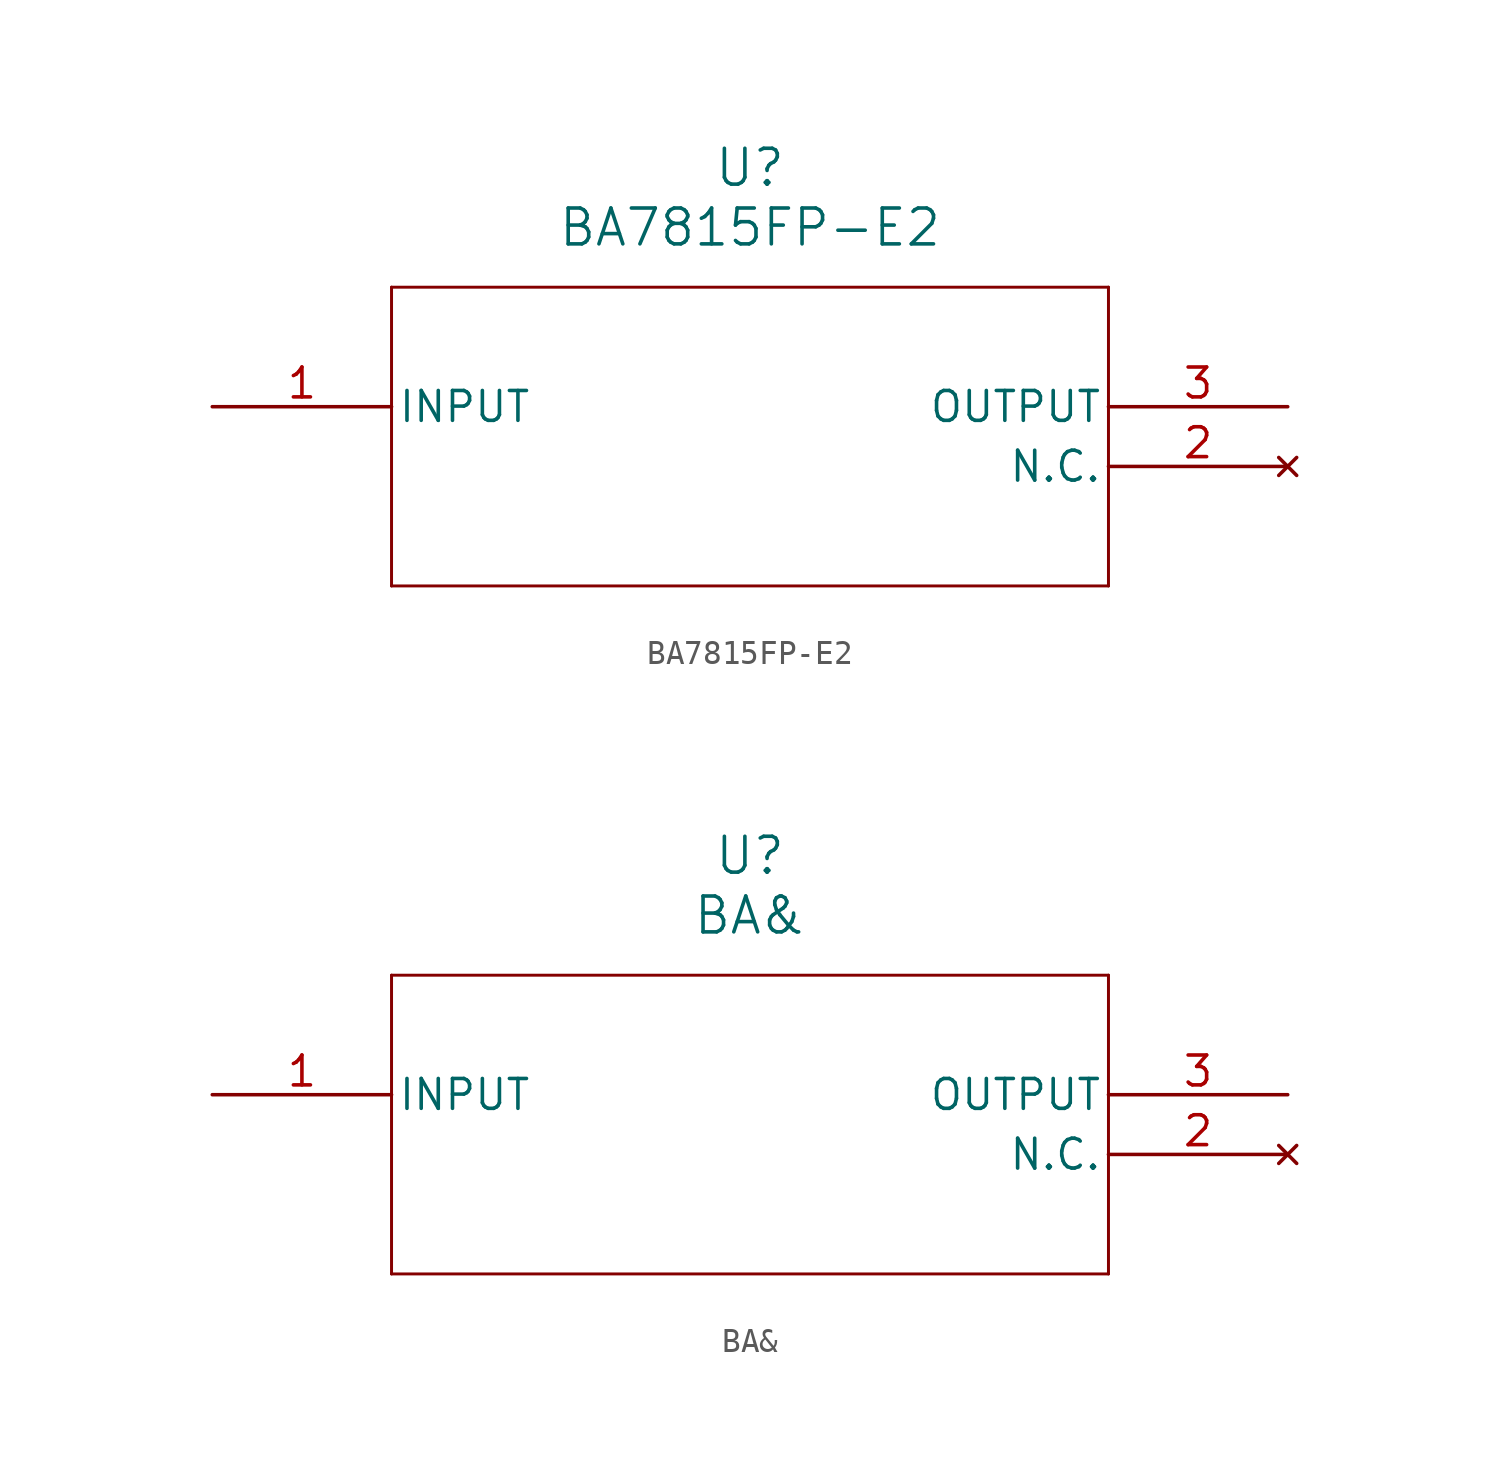
<source format=kicad_sym>
(kicad_symbol_lib
  (version 20241209)
  (generator "kicad_symbol_editor")
  (generator_version "9.0")
  (symbol "BA7815FP-E2"
    (pin_names
      (offset 0.254))
    (property "Reference" "U"
      (at 22.86 10.16 0)
      (effects (font (size 1.524 1.524))))
    (property "Value" "BA7815FP-E2"
      (at 22.86 7.62 0)
      (effects (font (size 1.524 1.524))))
    (property "ki_locked" ""
      (at 0 0 0)
      (effects (font (size 1.27 1.27))))
    (symbol "BA7815FP-E2_0_1"
      (polyline (pts (xy 7.62 5.08) (xy 7.62 -7.62)) (stroke (width 0.127) (type default)) (fill (type none)))
      (polyline (pts (xy 7.62 -7.62) (xy 38.1 -7.62)) (stroke (width 0.127) (type default)) (fill (type none)))
      (polyline (pts (xy 38.1 5.08) (xy 7.62 5.08)) (stroke (width 0.127) (type default)) (fill (type none)))
      (polyline (pts (xy 38.1 -7.62) (xy 38.1 5.08)) (stroke (width 0.127) (type default)) (fill (type none)))
      (pin unspecified line (at 0 0 0) (length 7.62) (name "INPUT" (effects (font (size 1.27 1.27)))) (number "1" (effects (font (size 1.27 1.27)))))
      (pin power_out line (at 45.72 0 180) (length 7.62) (name "OUTPUT" (effects (font (size 1.27 1.27)))) (number "3" (effects (font (size 1.27 1.27)))))
      (pin no_connect line (at 45.72 -2.54 180) (length 7.62) (name "N.C." (effects (font (size 1.27 1.27)))) (number "2" (effects (font (size 1.27 1.27)))))))
  (symbol "BA&"
    (pin_names
      (offset 0.254))
    (property "Reference" "U"
      (at 22.86 10.16 0)
      (effects (font (size 1.524 1.524))))
    (property "Value" "BA&"
      (at 22.86 7.62 0)
      (effects (font (size 1.524 1.524))))
    (property "ki_locked" ""
      (at 0 0 0)
      (effects (font (size 1.27 1.27))))
    (symbol "BA&_0_1"
      (polyline (pts (xy 7.62 5.08) (xy 7.62 -7.62)) (stroke (width 0.127) (type default)) (fill (type none)))
      (polyline (pts (xy 7.62 -7.62) (xy 38.1 -7.62)) (stroke (width 0.127) (type default)) (fill (type none)))
      (polyline (pts (xy 38.1 5.08) (xy 7.62 5.08)) (stroke (width 0.127) (type default)) (fill (type none)))
      (polyline (pts (xy 38.1 -7.62) (xy 38.1 5.08)) (stroke (width 0.127) (type default)) (fill (type none)))
      (pin unspecified line (at 0 0 0) (length 7.62) (name "INPUT" (effects (font (size 1.27 1.27)))) (number "1" (effects (font (size 1.27 1.27)))))
      (pin power_out line (at 45.72 0 180) (length 7.62) (name "OUTPUT" (effects (font (size 1.27 1.27)))) (number "3" (effects (font (size 1.27 1.27)))))
      (pin no_connect line (at 45.72 -2.54 180) (length 7.62) (name "N.C." (effects (font (size 1.27 1.27)))) (number "2" (effects (font (size 1.27 1.27))))))))
</source>
